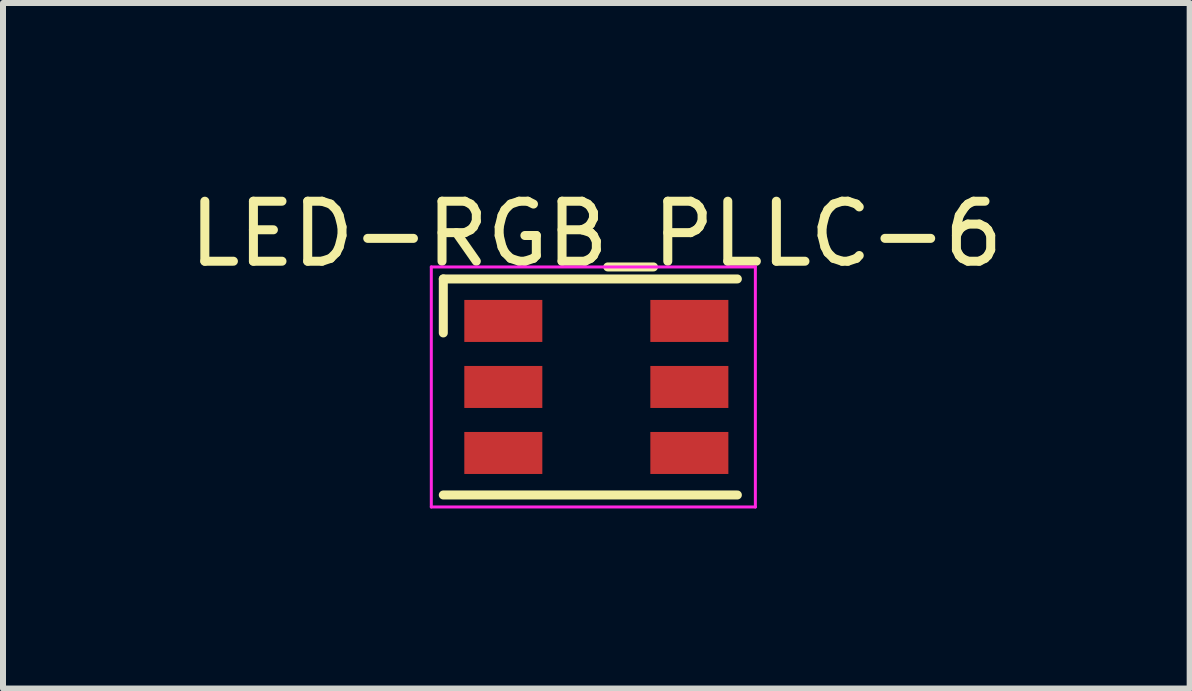
<source format=kicad_pcb>
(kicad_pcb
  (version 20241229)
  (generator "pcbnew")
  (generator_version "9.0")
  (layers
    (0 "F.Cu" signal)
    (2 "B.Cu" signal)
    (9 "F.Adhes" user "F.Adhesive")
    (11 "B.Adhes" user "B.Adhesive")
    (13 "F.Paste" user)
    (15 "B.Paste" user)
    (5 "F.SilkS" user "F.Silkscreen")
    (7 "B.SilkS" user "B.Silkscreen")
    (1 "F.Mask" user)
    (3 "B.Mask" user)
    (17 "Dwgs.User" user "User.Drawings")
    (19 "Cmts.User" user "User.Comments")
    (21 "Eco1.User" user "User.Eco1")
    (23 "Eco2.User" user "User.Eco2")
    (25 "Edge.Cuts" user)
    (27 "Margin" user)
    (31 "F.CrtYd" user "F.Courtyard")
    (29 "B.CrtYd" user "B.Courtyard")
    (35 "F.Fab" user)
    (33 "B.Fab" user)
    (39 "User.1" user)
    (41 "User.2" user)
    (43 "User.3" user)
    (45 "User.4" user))
  (footprint "LED-RGB_PLLC-6"
    (layer "F.Cu")
    (at 6.887 3.398)
    (property "Reference" "LED-RGB_PLLC-6" (at 0 -2.55 180) (layer "F.SilkS") (effects (font (size 1 1) (thickness 0.15))))
    (attr smd)
    (fp_line (start -2.55 -1.8) (end -2.55 -0.9) (stroke (width 0.15) (type solid)) (layer "F.SilkS"))
    (fp_line (start -2.55 1.8) (end 2.35 1.8) (stroke (width 0.15) (type solid)) (layer "F.SilkS"))
    (fp_line (start 2.35 -1.8) (end -2.55 -1.8) (stroke (width 0.15) (type solid)) (layer "F.SilkS"))
    (fp_line (start -2.75 -2) (end -2.75 2) (stroke (width 0.05) (type solid)) (layer "F.CrtYd"))
    (fp_line (start -2.75 -2) (end 2.65 -2) (stroke (width 0.05) (type solid)) (layer "F.CrtYd"))
    (fp_line (start -2.75 2) (end 2.65 2) (stroke (width 0.05) (type solid)) (layer "F.CrtYd"))
    (fp_line (start 2.65 -2) (end 2.65 2) (stroke (width 0.05) (type solid)) (layer "F.CrtYd"))
    (pad "1" smd rect (at -1.55 -1.1 90) (size 0.7 1.3) (layers "F.Cu" "F.Mask" "F.Paste"))
    (pad "2" smd rect (at -1.55 0 90) (size 0.7 1.3) (layers "F.Cu" "F.Mask" "F.Paste"))
    (pad "3" smd rect (at -1.55 1.1 90) (size 0.7 1.3) (layers "F.Cu" "F.Mask" "F.Paste"))
    (pad "4" smd rect (at 1.55 1.1 90) (size 0.7 1.3) (layers "F.Cu" "F.Mask" "F.Paste"))
    (pad "5" smd rect (at 1.55 0 90) (size 0.7 1.3) (layers "F.Cu" "F.Mask" "F.Paste"))
    (pad "6" smd rect (at 1.55 -1.1 90) (size 0.7 1.3) (layers "F.Cu" "F.Mask" "F.Paste")))
  (gr_rect
    (start -3 -3)
    (end 16.774 8.423)
    (stroke (width 0.1) (type default))
    (fill no)
    (layer "Edge.Cuts")))
</source>
